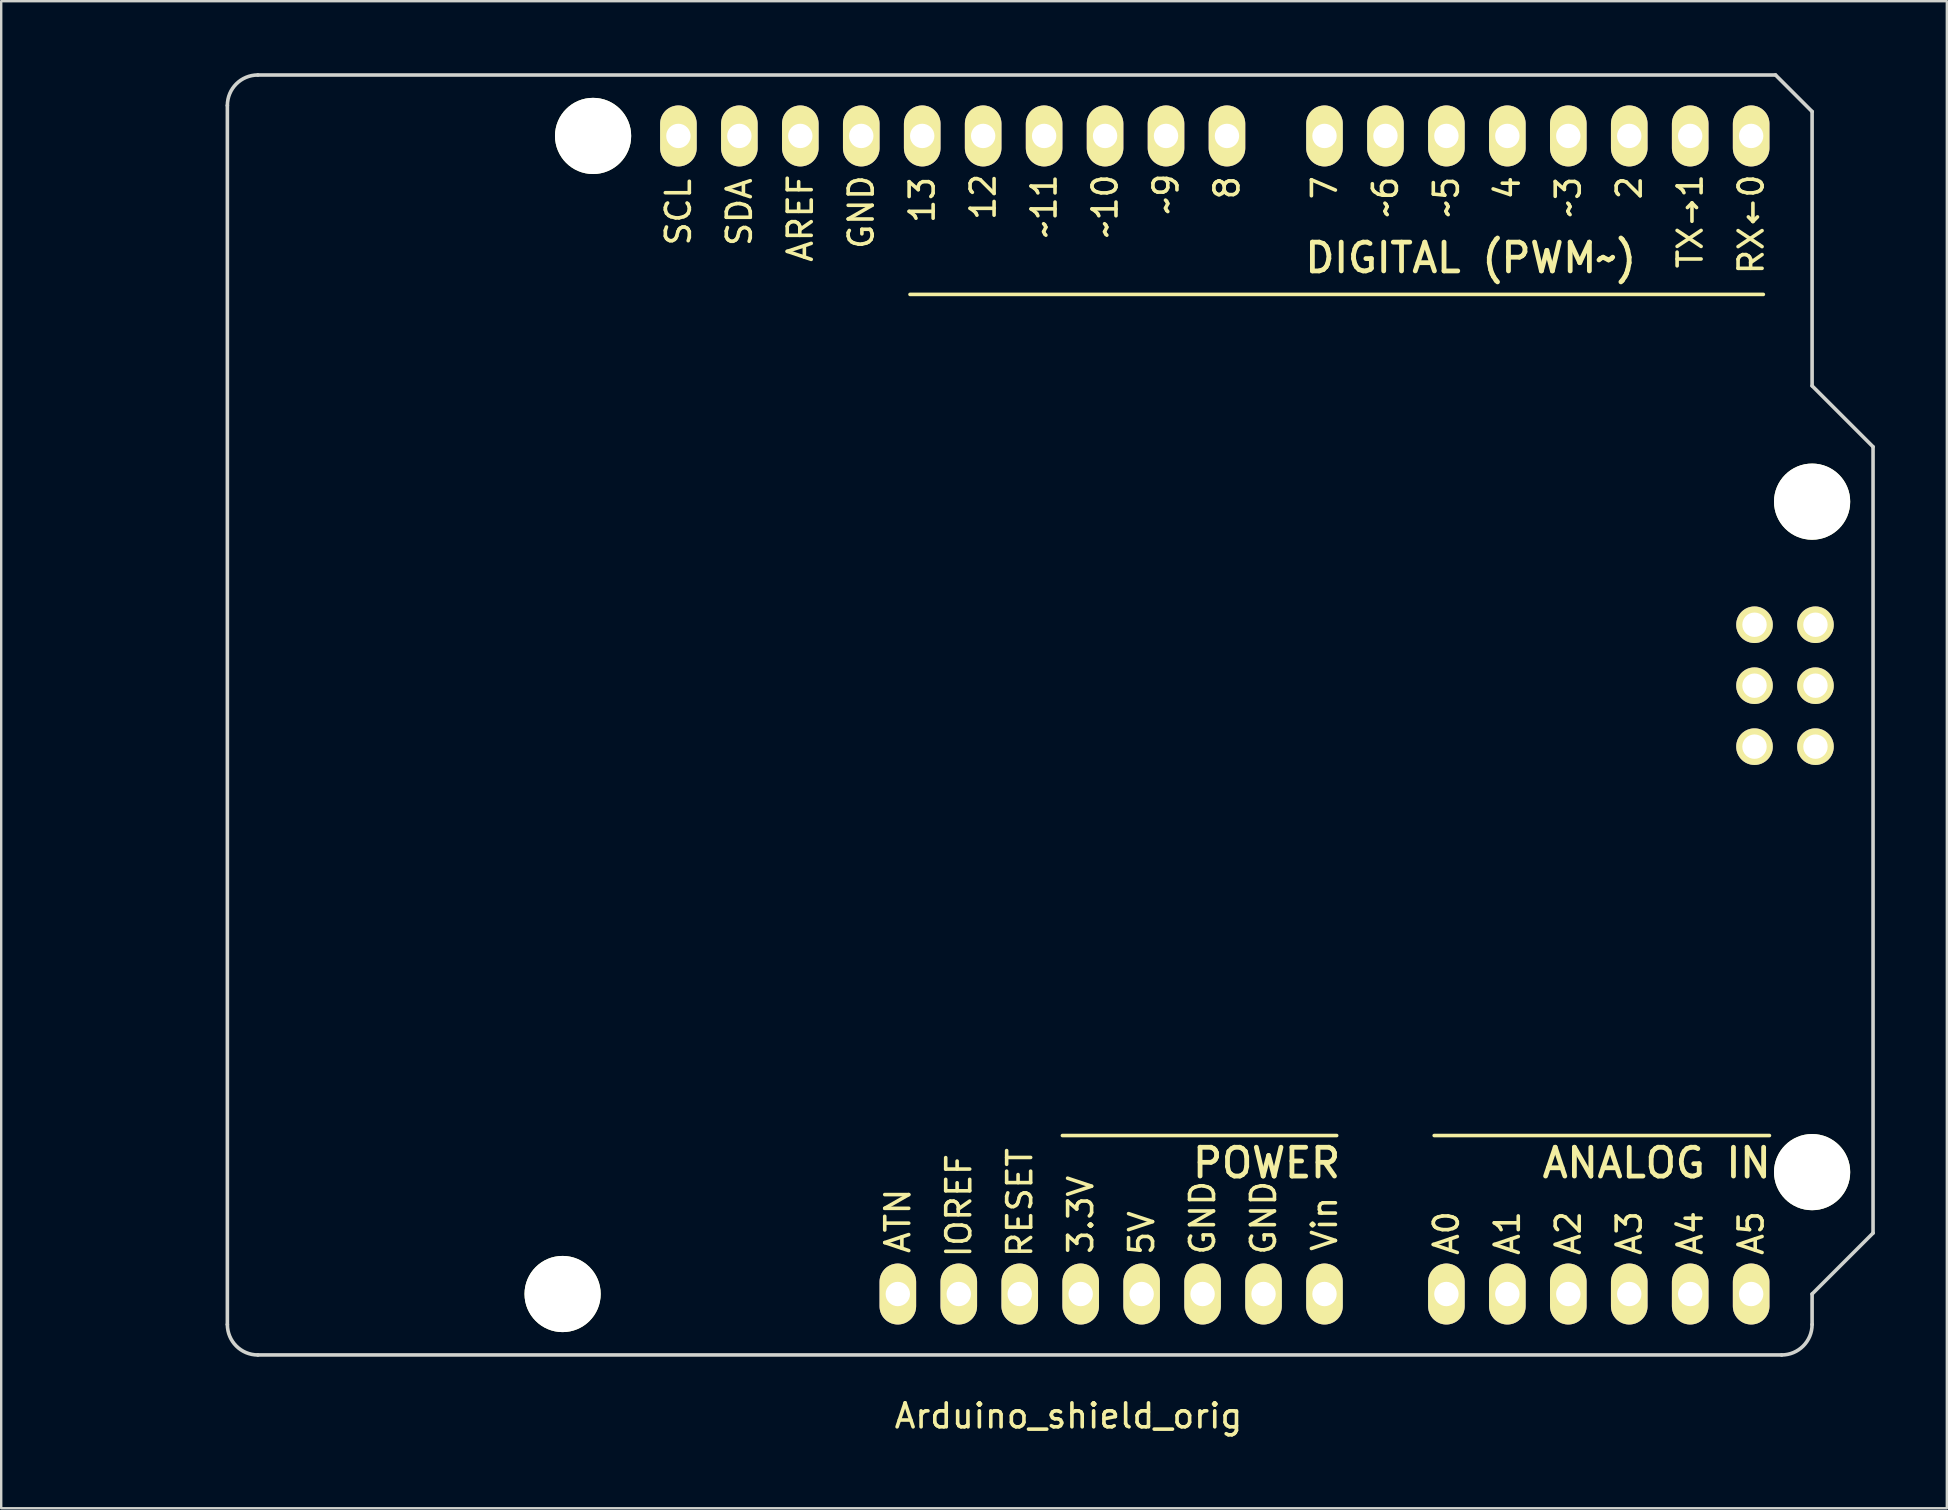
<source format=kicad_pcb>
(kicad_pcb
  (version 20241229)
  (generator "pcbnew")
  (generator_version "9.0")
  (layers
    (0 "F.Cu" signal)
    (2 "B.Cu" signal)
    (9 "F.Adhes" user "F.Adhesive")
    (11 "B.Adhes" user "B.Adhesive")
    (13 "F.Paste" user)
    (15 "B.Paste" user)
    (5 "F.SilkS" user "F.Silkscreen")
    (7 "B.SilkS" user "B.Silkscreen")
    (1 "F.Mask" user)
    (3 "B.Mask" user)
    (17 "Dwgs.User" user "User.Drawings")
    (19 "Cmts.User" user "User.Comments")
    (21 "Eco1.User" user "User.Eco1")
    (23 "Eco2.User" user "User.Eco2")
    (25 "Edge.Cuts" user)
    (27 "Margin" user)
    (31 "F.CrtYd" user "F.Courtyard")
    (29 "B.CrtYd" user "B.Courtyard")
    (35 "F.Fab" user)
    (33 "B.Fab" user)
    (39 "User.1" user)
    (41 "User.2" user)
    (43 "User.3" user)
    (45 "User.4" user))
  (footprint "Arduino_shield_orig"
    (layer "F.Cu")
    (at 6.425 53.415)
    (property "Reference" "Arduino_shield_orig" (at 35.052 2.54 0) (layer "F.SilkS") (effects (font (size 1 1) (thickness 0.15))))
    (attr through_hole)
    (fp_line (start 46.228 -9.144) (end 34.798 -9.144) (stroke (width 0.15) (type solid)) (layer "F.SilkS"))
    (fp_line (start 64.008 -44.196) (end 28.448 -44.196) (stroke (width 0.15) (type solid)) (layer "F.SilkS"))
    (fp_line (start 64.262 -9.144) (end 50.292 -9.144) (stroke (width 0.15) (type solid)) (layer "F.SilkS"))
    (fp_line (start -6.35 -43.815) (end 9.525 -43.815) (stroke (width 0.15) (type solid)) (layer "Eco1.User"))
    (fp_line (start -6.35 -32.385) (end -6.35 -43.815) (stroke (width 0.15) (type solid)) (layer "Eco1.User"))
    (fp_line (start -1.905 -12.065) (end 11.43 -12.065) (stroke (width 0.15) (type solid)) (layer "Eco1.User"))
    (fp_line (start -1.905 -3.175) (end -1.905 -12.065) (stroke (width 0.15) (type solid)) (layer "Eco1.User"))
    (fp_line (start 9.525 -43.815) (end 9.525 -32.385) (stroke (width 0.15) (type solid)) (layer "Eco1.User"))
    (fp_line (start 9.525 -32.385) (end -6.35 -32.385) (stroke (width 0.15) (type solid)) (layer "Eco1.User"))
    (fp_line (start 11.43 -12.065) (end 11.43 -3.175) (stroke (width 0.15) (type solid)) (layer "Eco1.User"))
    (fp_line (start 11.43 -3.175) (end -1.905 -3.175) (stroke (width 0.15) (type solid)) (layer "Eco1.User"))
    (fp_line (start 0 -1.27) (end 0 -52.07) (stroke (width 0.15) (type solid)) (layer "Edge.Cuts"))
    (fp_line (start 1.27 -53.34) (end 64.516 -53.34) (stroke (width 0.15) (type solid)) (layer "Edge.Cuts"))
    (fp_line (start 64.77 0) (end 1.27 0) (stroke (width 0.15) (type solid)) (layer "Edge.Cuts"))
    (fp_line (start 66.04 -51.816) (end 64.516 -53.34) (stroke (width 0.15) (type solid)) (layer "Edge.Cuts"))
    (fp_line (start 66.04 -40.386) (end 66.04 -51.816) (stroke (width 0.15) (type solid)) (layer "Edge.Cuts"))
    (fp_line (start 66.04 -2.54) (end 68.58 -5.08) (stroke (width 0.15) (type solid)) (layer "Edge.Cuts"))
    (fp_line (start 66.04 -1.27) (end 66.04 -2.54) (stroke (width 0.15) (type solid)) (layer "Edge.Cuts"))
    (fp_line (start 68.58 -37.846) (end 66.04 -40.386) (stroke (width 0.15) (type solid)) (layer "Edge.Cuts"))
    (fp_line (start 68.58 -5.08) (end 68.58 -37.846) (stroke (width 0.15) (type solid)) (layer "Edge.Cuts"))
    (fp_arc (start 0 -52.07) (mid 0.371974 -52.968026) (end 1.27 -53.34) (stroke (width 0.15) (type solid)) (layer "Edge.Cuts"))
    (fp_arc (start 1.27 0) (mid 0.371974 -0.371974) (end 0 -1.27) (stroke (width 0.15) (type solid)) (layer "Edge.Cuts"))
    (fp_arc (start 66.04 -1.27) (mid 65.668026 -0.371974) (end 64.77 0) (stroke (width 0.15) (type solid)) (layer "Edge.Cuts"))
    (fp_text user "AREF" (at 23.876 -47.371 90) (layer "F.SilkS") (effects (font (size 1 1) (thickness 0.15))))
    (fp_text user "A0" (at 50.8 -5.08 90) (layer "F.SilkS") (effects (font (size 1 1) (thickness 0.15))))
    (fp_text user "12" (at 31.496 -48.26 90) (layer "F.SilkS") (effects (font (size 1 1) (thickness 0.15))))
    (fp_text user "A4" (at 60.96 -5.08 90) (layer "F.SilkS") (effects (font (size 1 1) (thickness 0.15))))
    (fp_text user "ANALOG IN" (at 59.563 -8.001 0) (layer "F.SilkS") (effects (font (size 1.2 1.2) (thickness 0.2))))
    (fp_text user "~9" (at 39.116 -48.387 90) (layer "F.SilkS") (effects (font (size 1 1) (thickness 0.15))))
    (fp_text user "SCL" (at 18.796 -47.625 90) (layer "F.SilkS") (effects (font (size 1 1) (thickness 0.15))))
    (fp_text user "SDA" (at 21.336 -47.625 90) (layer "F.SilkS") (effects (font (size 1 1) (thickness 0.15))))
    (fp_text user "~10" (at 36.576 -47.879 90) (layer "F.SilkS") (effects (font (size 1 1) (thickness 0.15))))
    (fp_text user "2" (at 58.42 -48.641 90) (layer "F.SilkS") (effects (font (size 1 1) (thickness 0.15))))
    (fp_text user "A5" (at 63.5 -5.08 90) (layer "F.SilkS") (effects (font (size 1 1) (thickness 0.15))))
    (fp_text user "~11" (at 34.036 -47.879 90) (layer "F.SilkS") (effects (font (size 1 1) (thickness 0.15))))
    (fp_text user "8" (at 41.656 -48.641 90) (layer "F.SilkS") (effects (font (size 1 1) (thickness 0.15))))
    (fp_text user "GND" (at 43.18 -5.715 90) (layer "F.SilkS") (effects (font (size 1 1) (thickness 0.15))))
    (fp_text user "3.3V" (at 35.56 -5.842 90) (layer "F.SilkS") (effects (font (size 1 1) (thickness 0.15))))
    (fp_text user "~5" (at 50.8 -48.26 90) (layer "F.SilkS") (effects (font (size 1 1) (thickness 0.15))))
    (fp_text user "A1" (at 53.34 -5.08 90) (layer "F.SilkS") (effects (font (size 1 1) (thickness 0.15))))
    (fp_text user "5V" (at 38.1 -5.08 90) (layer "F.SilkS") (effects (font (size 1 1) (thickness 0.15))))
    (fp_text user "GND" (at 26.416 -47.625 90) (layer "F.SilkS") (effects (font (size 1 1) (thickness 0.15))))
    (fp_text user "~6" (at 48.26 -48.26 90) (layer "F.SilkS") (effects (font (size 1 1) (thickness 0.15))))
    (fp_text user "RX←0" (at 63.5 -47.117 90) (layer "F.SilkS") (effects (font (size 1 1) (thickness 0.15))))
    (fp_text user "A2" (at 55.88 -5.08 90) (layer "F.SilkS") (effects (font (size 1 1) (thickness 0.15))))
    (fp_text user "ATN" (at 27.94 -5.588 90) (layer "F.SilkS") (effects (font (size 1 1) (thickness 0.15))))
    (fp_text user "7" (at 45.72 -48.641 90) (layer "F.SilkS") (effects (font (size 1 1) (thickness 0.15))))
    (fp_text user "TX→1" (at 60.96 -47.244 90) (layer "F.SilkS") (effects (font (size 1 1) (thickness 0.15))))
    (fp_text user "IOREF" (at 30.48 -6.223 90) (layer "F.SilkS") (effects (font (size 1 1) (thickness 0.15))))
    (fp_text user "~3" (at 55.88 -48.26 90) (layer "F.SilkS") (effects (font (size 1 1) (thickness 0.15))))
    (fp_text user "RESET" (at 33.02 -6.35 90) (layer "F.SilkS") (effects (font (size 1 1) (thickness 0.15))))
    (fp_text user "DIGITAL (PWM~)" (at 51.816 -45.72 0) (layer "F.SilkS") (effects (font (size 1.2 1.2) (thickness 0.2))))
    (fp_text user "Vin" (at 45.72 -5.461 90) (layer "F.SilkS") (effects (font (size 1 1) (thickness 0.15))))
    (fp_text user "13" (at 28.956 -48.133 90) (layer "F.SilkS") (effects (font (size 1 1) (thickness 0.15))))
    (fp_text user "4" (at 53.34 -48.641 90) (layer "F.SilkS") (effects (font (size 1 1) (thickness 0.15))))
    (fp_text user "POWER" (at 43.307 -8.001 0) (layer "F.SilkS") (effects (font (size 1.2 1.2) (thickness 0.2))))
    (fp_text user "A3" (at 58.42 -5.08 90) (layer "F.SilkS") (effects (font (size 1 1) (thickness 0.15))))
    (fp_text user "GND" (at 40.64 -5.715 90) (layer "F.SilkS") (effects (font (size 1 1) (thickness 0.15))))
    (pad "" np_thru_hole circle (at 13.97 -2.54) (size 3.175 3.175) (drill 3.175) (layers "*.Cu" "*.Mask" "F.SilkS"))
    (pad "" np_thru_hole circle (at 15.24 -50.8) (size 3.175 3.175) (drill 3.175) (layers "*.Cu" "*.Mask" "F.SilkS"))
    (pad "" np_thru_hole circle (at 66.04 -35.56) (size 3.175 3.175) (drill 3.175) (layers "*.Cu" "*.Mask" "F.SilkS"))
    (pad "" np_thru_hole circle (at 66.04 -7.62) (size 3.175 3.175) (drill 3.175) (layers "*.Cu" "*.Mask" "F.SilkS"))
    (pad "0" thru_hole oval (at 63.5 -50.8) (size 1.524 2.54) (drill 1.016) (layers "*.Cu" "*.Mask" "F.SilkS"))
    (pad "1" thru_hole oval (at 60.96 -50.8) (size 1.524 2.54) (drill 1.016) (layers "*.Cu" "*.Mask" "F.SilkS"))
    (pad "2" thru_hole oval (at 58.42 -50.8) (size 1.524 2.54) (drill 1.016) (layers "*.Cu" "*.Mask" "F.SilkS"))
    (pad "3" thru_hole oval (at 55.88 -50.8) (size 1.524 2.54) (drill 1.016) (layers "*.Cu" "*.Mask" "F.SilkS"))
    (pad "3V3" thru_hole oval (at 35.56 -2.54) (size 1.524 2.54) (drill 1.016) (layers "*.Cu" "*.Mask" "F.SilkS"))
    (pad "4" thru_hole oval (at 53.34 -50.8) (size 1.524 2.54) (drill 1.016) (layers "*.Cu" "*.Mask" "F.SilkS"))
    (pad "5" thru_hole oval (at 50.8 -50.8) (size 1.524 2.54) (drill 1.016) (layers "*.Cu" "*.Mask" "F.SilkS"))
    (pad "5V" thru_hole oval (at 38.1 -2.54) (size 1.524 2.54) (drill 1.016) (layers "*.Cu" "*.Mask" "F.SilkS"))
    (pad "6" thru_hole oval (at 48.26 -50.8) (size 1.524 2.54) (drill 1.016) (layers "*.Cu" "*.Mask" "F.SilkS"))
    (pad "7" thru_hole oval (at 45.72 -50.8) (size 1.524 2.54) (drill 1.016) (layers "*.Cu" "*.Mask" "F.SilkS"))
    (pad "8" thru_hole oval (at 41.656 -50.8) (size 1.524 2.54) (drill 1.016) (layers "*.Cu" "*.Mask" "F.SilkS"))
    (pad "9" thru_hole oval (at 39.116 -50.8) (size 1.524 2.54) (drill 1.016) (layers "*.Cu" "*.Mask" "F.SilkS"))
    (pad "10" thru_hole oval (at 36.576 -50.8) (size 1.524 2.54) (drill 1.016) (layers "*.Cu" "*.Mask" "F.SilkS"))
    (pad "11" thru_hole oval (at 34.036 -50.8) (size 1.524 2.54) (drill 1.016) (layers "*.Cu" "*.Mask" "F.SilkS"))
    (pad "12" thru_hole oval (at 31.496 -50.8) (size 1.524 2.54) (drill 1.016) (layers "*.Cu" "*.Mask" "F.SilkS"))
    (pad "13" thru_hole oval (at 28.956 -50.8) (size 1.524 2.54) (drill 1.016) (layers "*.Cu" "*.Mask" "F.SilkS"))
    (pad "A0" thru_hole oval (at 50.8 -2.54) (size 1.524 2.54) (drill 1.016) (layers "*.Cu" "*.Mask" "F.SilkS"))
    (pad "A1" thru_hole oval (at 53.34 -2.54) (size 1.524 2.54) (drill 1.016) (layers "*.Cu" "*.Mask" "F.SilkS"))
    (pad "A2" thru_hole oval (at 55.88 -2.54) (size 1.524 2.54) (drill 1.016) (layers "*.Cu" "*.Mask" "F.SilkS"))
    (pad "A3" thru_hole oval (at 58.42 -2.54) (size 1.524 2.54) (drill 1.016) (layers "*.Cu" "*.Mask" "F.SilkS"))
    (pad "A4" thru_hole oval (at 60.96 -2.54) (size 1.524 2.54) (drill 1.016) (layers "*.Cu" "*.Mask" "F.SilkS"))
    (pad "A5" thru_hole oval (at 63.5 -2.54) (size 1.524 2.54) (drill 1.016) (layers "*.Cu" "*.Mask" "F.SilkS"))
    (pad "AREF" thru_hole oval (at 23.876 -50.8) (size 1.524 2.54) (drill 1.016) (layers "*.Cu" "*.Mask" "F.SilkS"))
    (pad "ATN" thru_hole oval (at 27.94 -2.54) (size 1.524 2.54) (drill 1.016) (layers "*.Cu" "*.Mask" "F.SilkS"))
    (pad "GND" thru_hole oval (at 26.416 -50.8) (size 1.524 2.54) (drill 1.016) (layers "*.Cu" "*.Mask" "F.SilkS"))
    (pad "GND" thru_hole oval (at 40.64 -2.54) (size 1.524 2.54) (drill 1.016) (layers "*.Cu" "*.Mask" "F.SilkS"))
    (pad "GND" thru_hole oval (at 43.18 -2.54) (size 1.524 2.54) (drill 1.016) (layers "*.Cu" "*.Mask" "F.SilkS"))
    (pad "GND" thru_hole circle (at 66.18 -25.35) (size 1.524 1.524) (drill 1.016) (layers "*.Cu" "*.Mask" "F.SilkS"))
    (pad "IO_R" thru_hole oval (at 30.48 -2.54) (size 1.524 2.54) (drill 1.016) (layers "*.Cu" "*.Mask" "F.SilkS"))
    (pad "MISO" thru_hole circle (at 63.64 -30.43) (size 1.524 1.524) (drill 1.016) (layers "*.Cu" "*.Mask" "F.SilkS"))
    (pad "MOSI" thru_hole circle (at 66.18 -27.89) (size 1.524 1.524) (drill 1.016) (layers "*.Cu" "*.Mask" "F.SilkS"))
    (pad "RST" thru_hole oval (at 33.02 -2.54) (size 1.524 2.54) (drill 1.016) (layers "*.Cu" "*.Mask" "F.SilkS"))
    (pad "RST" thru_hole circle (at 63.64 -25.35) (size 1.524 1.524) (drill 1.016) (layers "*.Cu" "*.Mask" "F.SilkS"))
    (pad "SCK" thru_hole circle (at 63.64 -27.89) (size 1.524 1.524) (drill 1.016) (layers "*.Cu" "*.Mask" "F.SilkS"))
    (pad "SCL" thru_hole oval (at 18.796 -50.8) (size 1.524 2.54) (drill 1.016) (layers "*.Cu" "*.Mask" "F.SilkS"))
    (pad "SDA" thru_hole oval (at 21.336 -50.8) (size 1.524 2.54) (drill 1.016) (layers "*.Cu" "*.Mask" "F.SilkS"))
    (pad "VCC" thru_hole circle (at 66.18 -30.43) (size 1.524 1.524) (drill 1.016) (layers "*.Cu" "*.Mask" "F.SilkS"))
    (pad "VIN" thru_hole oval (at 45.72 -2.54) (size 1.524 2.54) (drill 1.016) (layers "*.Cu" "*.Mask" "F.SilkS")))
  (gr_rect
    (start -3 -3)
    (end 78.08 59.803)
    (stroke (width 0.1) (type default))
    (fill no)
    (layer "Edge.Cuts")))
</source>
